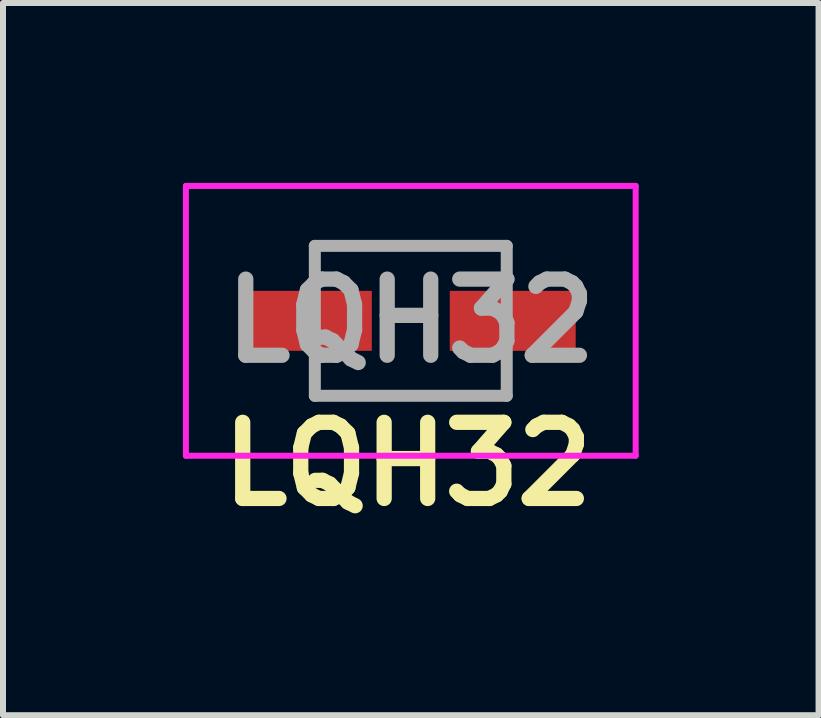
<source format=kicad_pcb>
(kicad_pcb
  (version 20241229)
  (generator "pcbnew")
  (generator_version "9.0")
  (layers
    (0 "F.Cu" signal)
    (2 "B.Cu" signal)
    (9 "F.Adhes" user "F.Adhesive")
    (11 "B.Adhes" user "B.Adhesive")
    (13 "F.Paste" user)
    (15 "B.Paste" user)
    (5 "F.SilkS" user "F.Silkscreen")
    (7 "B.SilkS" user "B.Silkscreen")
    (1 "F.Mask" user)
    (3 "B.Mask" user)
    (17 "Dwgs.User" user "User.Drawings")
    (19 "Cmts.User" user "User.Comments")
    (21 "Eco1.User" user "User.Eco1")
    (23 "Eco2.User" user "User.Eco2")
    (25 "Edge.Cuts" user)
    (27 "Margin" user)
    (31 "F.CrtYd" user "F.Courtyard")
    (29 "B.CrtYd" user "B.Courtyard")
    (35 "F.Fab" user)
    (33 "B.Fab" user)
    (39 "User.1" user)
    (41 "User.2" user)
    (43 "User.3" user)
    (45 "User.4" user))
  (footprint "LQH32"
    (layer "F.Cu")
    (at 3.8 2.3)
    (property "Reference" "LQH32" (at -0.051 2.388 0) (layer "F.SilkS") (effects (font (size 1.27 1.27) (thickness 0.254))))
    (attr smd)
    (fp_line (start -1.6 -1.25) (end 1.5 -1.25) (stroke (width 0.1) (type solid)) (layer "F.SilkS"))
    (fp_line (start -1.5 1.25) (end 1.6 1.25) (stroke (width 0.1) (type solid)) (layer "F.SilkS"))
    (fp_line (start -3.75 -2.25) (end 3.75 -2.25) (stroke (width 0.1) (type solid)) (layer "F.CrtYd"))
    (fp_line (start -3.75 2.25) (end -3.75 -2.25) (stroke (width 0.1) (type solid)) (layer "F.CrtYd"))
    (fp_line (start 3.75 -2.25) (end 3.75 2.25) (stroke (width 0.1) (type solid)) (layer "F.CrtYd"))
    (fp_line (start 3.75 2.25) (end -3.75 2.25) (stroke (width 0.1) (type solid)) (layer "F.CrtYd"))
    (fp_line (start -1.6 -1.25) (end 1.6 -1.25) (stroke (width 0.2) (type solid)) (layer "F.Fab"))
    (fp_line (start -1.6 1.25) (end -1.6 -1.25) (stroke (width 0.2) (type solid)) (layer "F.Fab"))
    (fp_line (start 1.6 -1.25) (end 1.6 1.25) (stroke (width 0.2) (type solid)) (layer "F.Fab"))
    (fp_line (start 1.6 1.25) (end -1.6 1.25) (stroke (width 0.2) (type solid)) (layer "F.Fab"))
    (fp_text user "${REFERENCE}" (at 0 0 0) (layer "F.Fab") (effects (font (size 1.27 1.27) (thickness 0.254))))
    (pad "1" smd rect (at -1.7 0 90) (size 1 2.1) (layers "F.Cu" "F.Mask" "F.Paste"))
    (pad "2" smd rect (at 1.7 0 90) (size 1 2.1) (layers "F.Cu" "F.Mask" "F.Paste")))
  (gr_rect
    (start -3 -3)
    (end 10.6 8.876)
    (stroke (width 0.1) (type default))
    (fill no)
    (layer "Edge.Cuts")))
</source>
